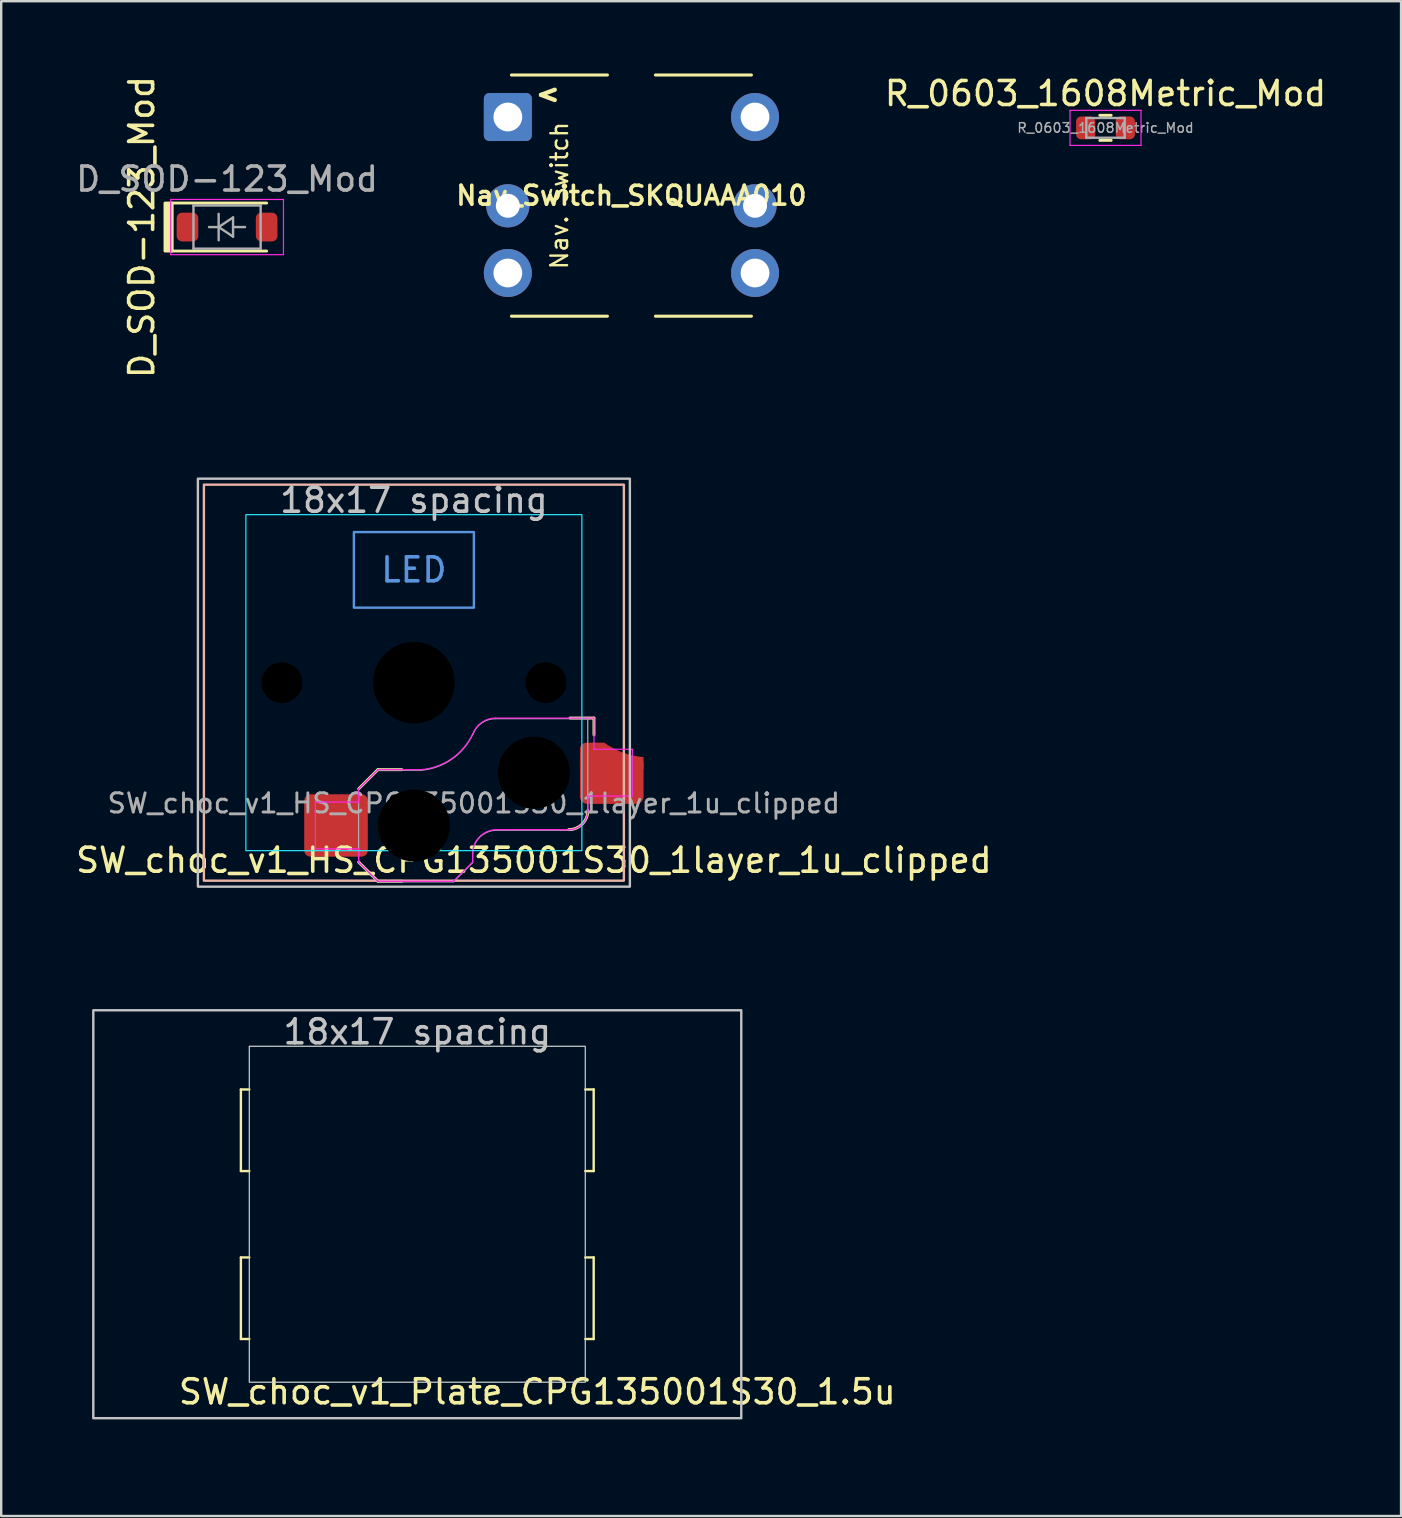
<source format=kicad_pcb>
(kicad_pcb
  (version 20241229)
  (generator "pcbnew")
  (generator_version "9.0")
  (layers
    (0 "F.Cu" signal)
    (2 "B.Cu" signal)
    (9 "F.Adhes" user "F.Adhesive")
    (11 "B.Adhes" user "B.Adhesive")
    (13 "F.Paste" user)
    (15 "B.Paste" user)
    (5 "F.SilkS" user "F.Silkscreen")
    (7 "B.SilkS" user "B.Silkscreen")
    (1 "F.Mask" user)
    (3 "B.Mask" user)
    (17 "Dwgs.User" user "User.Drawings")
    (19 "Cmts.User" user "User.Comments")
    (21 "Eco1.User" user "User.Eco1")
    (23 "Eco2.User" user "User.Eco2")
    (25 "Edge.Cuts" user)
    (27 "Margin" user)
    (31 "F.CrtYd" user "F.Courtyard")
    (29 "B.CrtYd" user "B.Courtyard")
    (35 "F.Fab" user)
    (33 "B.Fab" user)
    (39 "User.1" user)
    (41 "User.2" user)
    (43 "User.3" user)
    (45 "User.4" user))
  (footprint "SW_choc_v1_HS_CPG135001S30_1layer_1u_clipped"
    (layer "F.Cu")
    (at 14.196 25.396)
    (property "Reference" "SW_choc_v1_HS_CPG135001S30_1layer_1u_clipped" (at 5 7.4 180) (layer "F.SilkS") (effects (font (size 1 1) (thickness 0.15))))
    (attr smd)
    (fp_line (start -2.3 7.475) (end -1.5 8.275) (stroke (width 0.12) (type solid)) (layer "F.SilkS"))
    (fp_line (start -1.5 3.625) (end -2.3 4.425) (stroke (width 0.12) (type solid)) (layer "F.SilkS"))
    (fp_line (start -1.5 3.625) (end -0.5 3.625) (stroke (width 0.12) (type solid)) (layer "F.SilkS"))
    (fp_line (start -1.5 8.275) (end -0.5 8.275) (stroke (width 0.12) (type solid)) (layer "F.SilkS"))
    (fp_line (start 7.504 1.475) (end 6.504 1.475) (stroke (width 0.12) (type solid)) (layer "F.SilkS"))
    (fp_line (start 7.504 1.475) (end 7.504 2.175) (stroke (width 0.12) (type solid)) (layer "F.SilkS"))
    (fp_arc (start 7.25 5.325) (mid 7.015685 5.890685) (end 6.45 6.125) (stroke (width 0.12) (type solid)) (layer "F.SilkS"))
    (fp_rect (start -8.75 -8.25) (end 8.75 8.25) (stroke (width 0.1) (type default)) (fill no) (layer "B.SilkS"))
    (fp_rect (start -9 -8.5) (end 9 8.5) (stroke (width 0.1) (type default)) (fill no) (layer "Dwgs.User"))
    (fp_rect (start -2.5 -6.275) (end 2.5 -3.125) (stroke (width 0.1) (type default)) (fill no) (layer "Cmts.User"))
    (fp_rect (start -9.525 -9.525) (end 9.525 9.525) (stroke (width 0.1) (type default)) (fill no) (layer "Eco1.User"))
    (fp_line (start -6.95 -6.45) (end -6.95 6.45) (stroke (width 0.05) (type solid)) (layer "Eco2.User"))
    (fp_line (start -6.45 6.95) (end 6.45 6.95) (stroke (width 0.05) (type solid)) (layer "Eco2.User"))
    (fp_line (start 6.45 -6.95) (end -6.45 -6.95) (stroke (width 0.05) (type solid)) (layer "Eco2.User"))
    (fp_line (start 6.95 6.45) (end 6.95 -6.45) (stroke (width 0.05) (type solid)) (layer "Eco2.User"))
    (fp_arc (start -6.95 -6.45) (mid -6.803553 -6.803553) (end -6.45 -6.95) (stroke (width 0.05) (type solid)) (layer "Eco2.User"))
    (fp_arc (start -6.45 6.95) (mid -6.803553 6.803553) (end -6.95 6.45) (stroke (width 0.05) (type solid)) (layer "Eco2.User"))
    (fp_arc (start 6.45 -6.95) (mid 6.803553 -6.803553) (end 6.95 -6.45) (stroke (width 0.05) (type solid)) (layer "Eco2.User"))
    (fp_arc (start 6.95 6.45) (mid 6.803553 6.803553) (end 6.45 6.95) (stroke (width 0.05) (type solid)) (layer "Eco2.User"))
    (fp_rect (start -7 -7) (end 7 7) (stroke (width 0.05) (type default)) (fill no) (layer "B.CrtYd"))
    (fp_line (start -4.104 4.975) (end -4.104 6.925) (stroke (width 0.05) (type solid)) (layer "F.CrtYd"))
    (fp_line (start -4.104 4.975) (end -2.3 4.975) (stroke (width 0.05) (type solid)) (layer "F.CrtYd"))
    (fp_line (start -4.104 6.925) (end -2.3 6.925) (stroke (width 0.05) (type solid)) (layer "F.CrtYd"))
    (fp_line (start -2.3 4.975) (end -2.3 4.425) (stroke (width 0.05) (type solid)) (layer "F.CrtYd"))
    (fp_line (start -2.3 7.475) (end -2.3 6.925) (stroke (width 0.05) (type solid)) (layer "F.CrtYd"))
    (fp_line (start -2.3 7.475) (end -1.5 8.275) (stroke (width 0.05) (type solid)) (layer "F.CrtYd"))
    (fp_line (start -1.5 3.625) (end -2.3 4.425) (stroke (width 0.05) (type solid)) (layer "F.CrtYd"))
    (fp_line (start -1.5 3.625) (end 0.3 3.625) (stroke (width 0.05) (type solid)) (layer "F.CrtYd"))
    (fp_line (start -1.5 8.275) (end 1.65 8.275) (stroke (width 0.05) (type solid)) (layer "F.CrtYd"))
    (fp_line (start 2.45 7.475) (end 1.65 8.275) (stroke (width 0.05) (type solid)) (layer "F.CrtYd"))
    (fp_line (start 2.45 7.475) (end 2.45 7.125) (stroke (width 0.05) (type solid)) (layer "F.CrtYd"))
    (fp_line (start 3.45 6.125) (end 6.45 6.125) (stroke (width 0.05) (type solid)) (layer "F.CrtYd"))
    (fp_line (start 7.25 4.725) (end 9.104 4.725) (stroke (width 0.05) (type solid)) (layer "F.CrtYd"))
    (fp_line (start 7.25 5.325) (end 7.25 4.725) (stroke (width 0.05) (type solid)) (layer "F.CrtYd"))
    (fp_line (start 7.504 1.475) (end 3.4 1.475) (stroke (width 0.05) (type solid)) (layer "F.CrtYd"))
    (fp_line (start 7.504 1.475) (end 7.504 2.175) (stroke (width 0.05) (type solid)) (layer "F.CrtYd"))
    (fp_line (start 7.504 2.175) (end 7.504 2.775) (stroke (width 0.05) (type solid)) (layer "F.CrtYd"))
    (fp_line (start 9.104 2.775) (end 7.504 2.775) (stroke (width 0.05) (type solid)) (layer "F.CrtYd"))
    (fp_line (start 9.104 4.725) (end 9.104 2.775) (stroke (width 0.05) (type solid)) (layer "F.CrtYd"))
    (fp_arc (start 2.45 7.125) (mid 2.742893 6.417893) (end 3.45 6.125) (stroke (width 0.05) (type solid)) (layer "F.CrtYd"))
    (fp_arc (start 2.455444 2.13293) (mid 1.577272 3.167235) (end 0.299999 3.624999) (stroke (width 0.05) (type solid)) (layer "F.CrtYd"))
    (fp_arc (start 2.460307 2.13298) (mid 2.826423 1.655848) (end 3.4 1.475) (stroke (width 0.05) (type solid)) (layer "F.CrtYd"))
    (fp_arc (start 7.25 5.325) (mid 7.015685 5.890685) (end 6.45 6.125) (stroke (width 0.05) (type solid)) (layer "F.CrtYd"))
    (fp_line (start -2.304 7.5) (end -2.304 4.45) (stroke (width 0.05) (type solid)) (layer "F.Fab"))
    (fp_line (start -2.304 7.5) (end -1.504 8.3) (stroke (width 0.05) (type solid)) (layer "F.Fab"))
    (fp_line (start -1.504 3.65) (end -2.304 4.45) (stroke (width 0.05) (type solid)) (layer "F.Fab"))
    (fp_line (start -1.504 3.65) (end 0.296 3.65) (stroke (width 0.05) (type solid)) (layer "F.Fab"))
    (fp_line (start -1.504 8.3) (end 1.646 8.3) (stroke (width 0.05) (type solid)) (layer "F.Fab"))
    (fp_line (start 2.446 7.5) (end 1.646 8.3) (stroke (width 0.05) (type solid)) (layer "F.Fab"))
    (fp_line (start 2.446 7.5) (end 2.446 7.15) (stroke (width 0.05) (type solid)) (layer "F.Fab"))
    (fp_line (start 3.446 6.15) (end 6.446 6.15) (stroke (width 0.05) (type solid)) (layer "F.Fab"))
    (fp_line (start 7.246 1.5) (end 3.396 1.5) (stroke (width 0.05) (type solid)) (layer "F.Fab"))
    (fp_line (start 7.246 5.35) (end 7.246 1.5) (stroke (width 0.05) (type solid)) (layer "F.Fab"))
    (fp_arc (start 2.446 7.15) (mid 2.738893 6.442893) (end 3.446 6.15) (stroke (width 0.05) (type solid)) (layer "F.Fab"))
    (fp_arc (start 2.451444 2.15793) (mid 1.573272 3.192235) (end 0.295999 3.649999) (stroke (width 0.05) (type solid)) (layer "F.Fab"))
    (fp_arc (start 2.456307 2.15798) (mid 2.822423 1.680848) (end 3.396 1.5) (stroke (width 0.05) (type solid)) (layer "F.Fab"))
    (fp_arc (start 7.246 5.35) (mid 7.011685 5.915685) (end 6.446 6.15) (stroke (width 0.05) (type solid)) (layer "F.Fab"))
    (fp_poly (pts (xy -2.667 1.35) (xy -5.5 1.35) (xy -5.618 1.347) (xy -5.85 1.306) (xy -6.072 1.226) (xy -6.276 1.108) (xy -6.456 0.956) (xy -6.608 0.776) (xy -6.726 0.572) (xy -6.806 0.35) (xy -6.847 0.118) (xy -6.847 -0.118) (xy -6.806 -0.35) (xy -6.726 -0.572) (xy -6.608 -0.776) (xy -6.456 -0.956) (xy -6.276 -1.108) (xy -6.072 -1.226) (xy -5.85 -1.306) (xy -5.618 -1.347) (xy -5.5 -1.35) (xy -1.8 -1.35) (xy -1.709 -1.468) (xy -1.5 -1.681) (xy -1.265 -1.864) (xy -1.007 -2.015) (xy -0.732 -2.13) (xy -0.445 -2.208) (xy -0.149 -2.248) (xy 0 -2.25) (xy 0.149 -2.248) (xy 0.445 -2.208) (xy 0.732 -2.13) (xy 1.007 -2.015) (xy 1.265 -1.864) (xy 1.5 -1.681) (xy 1.709 -1.468) (xy 1.8 -1.35) (xy 5.5 -1.35) (xy 5.618 -1.347) (xy 5.85 -1.306) (xy 6.072 -1.226) (xy 6.276 -1.108) (xy 6.456 -0.956) (xy 6.608 -0.776) (xy 6.726 -0.572) (xy 6.806 -0.35) (xy 6.847 -0.118) (xy 6.847 0.118) (xy 6.806 0.35) (xy 6.726 0.572) (xy 6.608 0.776) (xy 6.456 0.956) (xy 6.276 1.108) (xy 6.072 1.226) (xy 5.85 1.306) (xy 5.618 1.347) (xy 5.5 1.35) (xy -2.667 4.318)) (stroke (width 0.1) (type solid)) (fill no) (layer "User.3"))
    (fp_poly (pts (arc (start 8.175246 5.55) (mid 7.955705 5.816236) (end 6.822737 6.607491)) (arc (start 1.323661 8.806964) (mid -1.215139 8.767429) (end -2.475068 7.75)) (arc (start -3.745 7.75) (mid -5.545 5.95) (end -3.745 4.15)) (arc (start -2.611439 4.15) (mid -2.194842 3.619391) (end -1.052938 2.864593)) (arc (start 4.447039 0.664758) (mid 7.031336 0.787787) (end 8.31127 1.95)) (arc (start 8.745 1.95) (mid 10.545 3.75) (end 8.745 5.55))) (stroke (width 0.1) (type solid)) (fill no) (layer "User.4"))
    (fp_text user "18x17 spacing" (at 0 -7.6 180) (layer "Dwgs.User") (effects (font (size 1 1) (thickness 0.15))))
    (fp_text user "LED" (at 0 -4.7 0) (unlocked yes) (layer "Cmts.User") (effects (font (size 1 1) (thickness 0.15))))
    (fp_text user "19.05 spacing" (at 0 -8.7 180) (layer "Eco1.User") (effects (font (size 1 1) (thickness 0.15))))
    (fp_text user "${REFERENCE}" (at 2.496 5.025 0) (layer "F.Fab") (effects (font (size 0.8 0.8) (thickness 0.12))))
    (pad "" np_thru_hole circle (at -5.5 0 180) (size 1.7 1.7) (drill 1.7) (layers "F.Mask"))
    (pad "" np_thru_hole circle (at 0 0 180) (size 3.4 3.4) (drill 3.4) (layers "F.Mask"))
    (pad "" np_thru_hole circle (at 0 5.95) (size 3 3) (drill 3) (layers "F.Mask"))
    (pad "" np_thru_hole circle (at 5 3.75) (size 3 3) (drill 3) (layers "F.Mask"))
    (pad "" np_thru_hole circle (at 5.5 0 180) (size 1.7 1.7) (drill 1.7) (layers "F.Mask"))
    (pad "1" smd roundrect (at 7.36 3.123) (size 0.88 1.246) (layers "F.Cu" "F.Mask" "F.Paste") (roundrect_rratio 0.295))
    (pad "1" smd custom (at 8.245 3.75) (size 0.53 0.52) (layers "F.Cu" "F.Mask" "F.Paste") (options (anchor rect)) (primitives (gr_poly (pts (xy 1.325 -0.15) (xy -0.745 -0.15) (xy -0.745 -1.25) (xy -0.308 -1.25) (xy -0.165 -1.147) (xy 0.141 -0.972) (xy 0.465 -0.832) (xy 0.802 -0.73) (xy 1.149 -0.666) (xy 1.325 -0.652)) (width 0) (fill yes))))
    (pad "1" smd roundrect (at 8.245 4.074) (size 2.65 1.952) (layers "F.Cu" "F.Mask" "F.Paste") (roundrect_rratio 0.15))
    (pad "2" smd roundrect (at -3.245 5.95) (size 2.65 2.6) (layers "F.Cu" "F.Mask" "F.Paste") (roundrect_rratio 0.1)))
  (footprint "SW_choc_v1_Plate_CPG135001S30_1.5u"
    (layer "F.Cu")
    (at 14.338 47.546)
    (property "Reference" "SW_choc_v1_Plate_CPG135001S30_1.5u" (at 5 7.4 180) (layer "F.SilkS") (effects (font (size 1 1) (thickness 0.15))))
    (attr smd)
    (fp_line (start -7.35 -5.2) (end -7.35 -1.8) (stroke (width 0.1) (type default)) (layer "F.SilkS"))
    (fp_line (start -7.35 -1.8) (end -7 -1.8) (stroke (width 0.1) (type default)) (layer "F.SilkS"))
    (fp_line (start -7.35 1.8) (end -7.35 5.2) (stroke (width 0.1) (type default)) (layer "F.SilkS"))
    (fp_line (start -7.35 5.2) (end -7 5.2) (stroke (width 0.1) (type default)) (layer "F.SilkS"))
    (fp_line (start -7 -5.2) (end -7.35 -5.2) (stroke (width 0.1) (type default)) (layer "F.SilkS"))
    (fp_line (start -7 1.8) (end -7.35 1.8) (stroke (width 0.1) (type default)) (layer "F.SilkS"))
    (fp_line (start 7 -5.2) (end 7.35 -5.2) (stroke (width 0.1) (type default)) (layer "F.SilkS"))
    (fp_line (start 7 1.8) (end 7.35 1.8) (stroke (width 0.1) (type default)) (layer "F.SilkS"))
    (fp_line (start 7.35 -5.2) (end 7.35 -1.8) (stroke (width 0.1) (type default)) (layer "F.SilkS"))
    (fp_line (start 7.35 -1.8) (end 7 -1.8) (stroke (width 0.1) (type default)) (layer "F.SilkS"))
    (fp_line (start 7.35 1.8) (end 7.35 5.2) (stroke (width 0.1) (type default)) (layer "F.SilkS"))
    (fp_line (start 7.35 5.2) (end 7 5.2) (stroke (width 0.1) (type default)) (layer "F.SilkS"))
    (fp_rect (start -13.5 -8.5) (end 13.5 8.5) (stroke (width 0.1) (type default)) (fill no) (layer "Dwgs.User"))
    (fp_rect (start -14.287 -9.525) (end 14.287 9.525) (stroke (width 0.1) (type default)) (fill no) (layer "Eco1.User"))
    (fp_rect (start -7 -7) (end 7 7) (stroke (width 0.05) (type default)) (fill no) (layer "Edge.Cuts"))
    (fp_text user "18x17 spacing" (at 0 -7.6 180) (layer "Dwgs.User") (effects (font (size 1 1) (thickness 0.15))))
    (fp_text user "19.05 spacing" (at 0 -8.7 180) (layer "Eco1.User") (effects (font (size 1 1) (thickness 0.15)))))
  (footprint "D_SOD-123_Mod"
    (layer "F.Cu")
    (at 6.411 6.411)
    (property "Reference" "D_SOD-123_Mod" (at -3.556 0.000001 270) (layer "F.SilkS") (effects (font (size 1 1) (thickness 0.15))))
    (attr smd)
    (fp_line (start -2.36 -1) (end 1.65 -1) (stroke (width 0.12) (type solid)) (layer "F.SilkS"))
    (fp_line (start -2.36 1) (end 1.65 1) (stroke (width 0.12) (type solid)) (layer "F.SilkS"))
    (fp_rect (start -2.586 -1) (end -2.286 1) (stroke (width 0.12) (type solid)) (fill yes) (layer "F.SilkS"))
    (fp_line (start -2.35 -1.15) (end -2.35 1.15) (stroke (width 0.05) (type solid)) (layer "F.CrtYd"))
    (fp_line (start -2.35 -1.15) (end 2.35 -1.15) (stroke (width 0.05) (type solid)) (layer "F.CrtYd"))
    (fp_line (start 2.35 -1.15) (end 2.35 1.15) (stroke (width 0.05) (type solid)) (layer "F.CrtYd"))
    (fp_line (start 2.35 1.15) (end -2.35 1.15) (stroke (width 0.05) (type solid)) (layer "F.CrtYd"))
    (fp_line (start -1.4 -0.9) (end 1.4 -0.9) (stroke (width 0.1) (type solid)) (layer "F.Fab"))
    (fp_line (start -1.4 0.9) (end -1.4 -0.9) (stroke (width 0.1) (type solid)) (layer "F.Fab"))
    (fp_line (start -0.75 0) (end -0.35 0) (stroke (width 0.1) (type solid)) (layer "F.Fab"))
    (fp_line (start -0.35 0) (end -0.35 -0.55) (stroke (width 0.1) (type solid)) (layer "F.Fab"))
    (fp_line (start -0.35 0) (end -0.35 0.55) (stroke (width 0.1) (type solid)) (layer "F.Fab"))
    (fp_line (start -0.35 0) (end 0.25 -0.4) (stroke (width 0.1) (type solid)) (layer "F.Fab"))
    (fp_line (start 0.25 -0.4) (end 0.25 0.4) (stroke (width 0.1) (type solid)) (layer "F.Fab"))
    (fp_line (start 0.25 0) (end 0.75 0) (stroke (width 0.1) (type solid)) (layer "F.Fab"))
    (fp_line (start 0.25 0.4) (end -0.35 0) (stroke (width 0.1) (type solid)) (layer "F.Fab"))
    (fp_line (start 1.4 -0.9) (end 1.4 0.9) (stroke (width 0.1) (type solid)) (layer "F.Fab"))
    (fp_line (start 1.4 0.9) (end -1.4 0.9) (stroke (width 0.1) (type solid)) (layer "F.Fab"))
    (fp_poly (pts (arc (start 1.651 1.143) (mid 2.794 0) (end 1.651 -1.143)) (arc (start -1.651 -1.143) (mid -2.794 0) (end -1.651 1.143))) (stroke (width 0.1) (type solid)) (fill no) (layer "User.2"))
    (fp_text user "${REFERENCE}" (at 0 -2 180) (layer "F.Fab") (effects (font (size 1 1) (thickness 0.15))))
    (pad "1" smd roundrect (at -1.65 0) (size 0.9 1.2) (layers "F.Cu" "F.Mask" "F.Paste") (roundrect_rratio 0.25))
    (pad "2" smd roundrect (at 1.65 0) (size 0.9 1.2) (layers "F.Cu" "F.Mask" "F.Paste") (roundrect_rratio 0.25)))
  (footprint "Nav_Switch_SKQUAAA010"
    (layer "F.Cu")
    (at 23.261 5.1)
    (property "Reference" "Nav_Switch_SKQUAAA010" (at 0 0 0) (layer "F.SilkS") (effects (font (size 0.787 0.787) (thickness 0.15))))
    (attr through_hole)
    (fp_line (start -5 -5.025) (end -1 -5.025) (stroke (width 0.127) (type solid)) (layer "F.SilkS"))
    (fp_line (start -5 5.025) (end -1 5.025) (stroke (width 0.127) (type solid)) (layer "F.SilkS"))
    (fp_line (start 1 -5.025) (end 5 -5.025) (stroke (width 0.127) (type solid)) (layer "F.SilkS"))
    (fp_line (start 1 5.025) (end 5 5.025) (stroke (width 0.127) (type solid)) (layer "F.SilkS"))
    (fp_text user "Nav. Switch" (at -3 0 90) (unlocked yes) (layer "F.SilkS") (effects (font (size 0.7 0.7) (thickness 0.1))))
    (fp_text user "<" (at -4.064 -3.81 0) (unlocked yes) (layer "F.SilkS") (effects (font (size 0.75 0.75) (thickness 0.18) (bold yes)) (justify left bottom)))
    (pad "1" thru_hole roundrect (at -5.15 -3.275) (size 2 2) (drill 1.2) (layers "*.Cu" "*.Mask") (roundrect_rratio 0.114))
    (pad "2" thru_hole circle (at -5.15 0.425) (size 1.8 1.8) (drill 1) (layers "*.Cu" "*.Mask"))
    (pad "3" thru_hole circle (at -5.15 3.225) (size 2 2) (drill 1.2) (layers "*.Cu" "*.Mask"))
    (pad "4" thru_hole circle (at 5.15 3.225) (size 2 2) (drill 1.2) (layers "*.Cu" "*.Mask"))
    (pad "5" thru_hole circle (at 5.15 0.425) (size 1.8 1.8) (drill 1) (layers "*.Cu" "*.Mask"))
    (pad "6" thru_hole circle (at 5.15 -3.275) (size 2 2) (drill 1.2) (layers "*.Cu" "*.Mask")))
  (footprint "R_0603_1608Metric_Mod"
    (layer "F.Cu")
    (at 43.015 2.278)
    (property "Reference" "R_0603_1608Metric_Mod" (at 0 -1.43 0) (layer "F.SilkS") (effects (font (size 1 1) (thickness 0.15))))
    (attr smd)
    (fp_line (start -0.237 -0.522) (end 0.237 -0.522) (stroke (width 0.12) (type solid)) (layer "F.SilkS"))
    (fp_line (start -0.237 0.522) (end 0.237 0.522) (stroke (width 0.12) (type solid)) (layer "F.SilkS"))
    (fp_line (start -1.48 -0.73) (end 1.48 -0.73) (stroke (width 0.05) (type solid)) (layer "F.CrtYd"))
    (fp_line (start -1.48 0.73) (end -1.48 -0.73) (stroke (width 0.05) (type solid)) (layer "F.CrtYd"))
    (fp_line (start 1.48 -0.73) (end 1.48 0.73) (stroke (width 0.05) (type solid)) (layer "F.CrtYd"))
    (fp_line (start 1.48 0.73) (end -1.48 0.73) (stroke (width 0.05) (type solid)) (layer "F.CrtYd"))
    (fp_line (start -0.8 -0.412) (end 0.8 -0.412) (stroke (width 0.1) (type solid)) (layer "F.Fab"))
    (fp_line (start -0.8 0.412) (end -0.8 -0.412) (stroke (width 0.1) (type solid)) (layer "F.Fab"))
    (fp_line (start 0.8 -0.412) (end 0.8 0.412) (stroke (width 0.1) (type solid)) (layer "F.Fab"))
    (fp_line (start 0.8 0.412) (end -0.8 0.412) (stroke (width 0.1) (type solid)) (layer "F.Fab"))
    (fp_poly (pts (arc (start 0.825 -0.975) (mid 1.8 0) (end 0.825 0.975)) (arc (start -0.825 0.975) (mid -1.8 0) (end -0.825 -0.975))) (stroke (width 0.1) (type solid)) (fill no) (layer "User.1"))
    (fp_text user "${REFERENCE}" (at 0 0 0) (layer "F.Fab") (effects (font (size 0.4 0.4) (thickness 0.06))))
    (pad "1" smd roundrect (at -0.825 0) (size 0.8 0.95) (layers "F.Cu" "F.Mask" "F.Paste") (roundrect_rratio 0.25))
    (pad "2" smd roundrect (at 0.825 0) (size 0.8 0.95) (layers "F.Cu" "F.Mask" "F.Paste") (roundrect_rratio 0.25)))
  (gr_rect
    (start -3 -3)
    (end 55.331 60.121)
    (stroke (width 0.1) (type default))
    (fill no)
    (layer "Edge.Cuts")))
</source>
